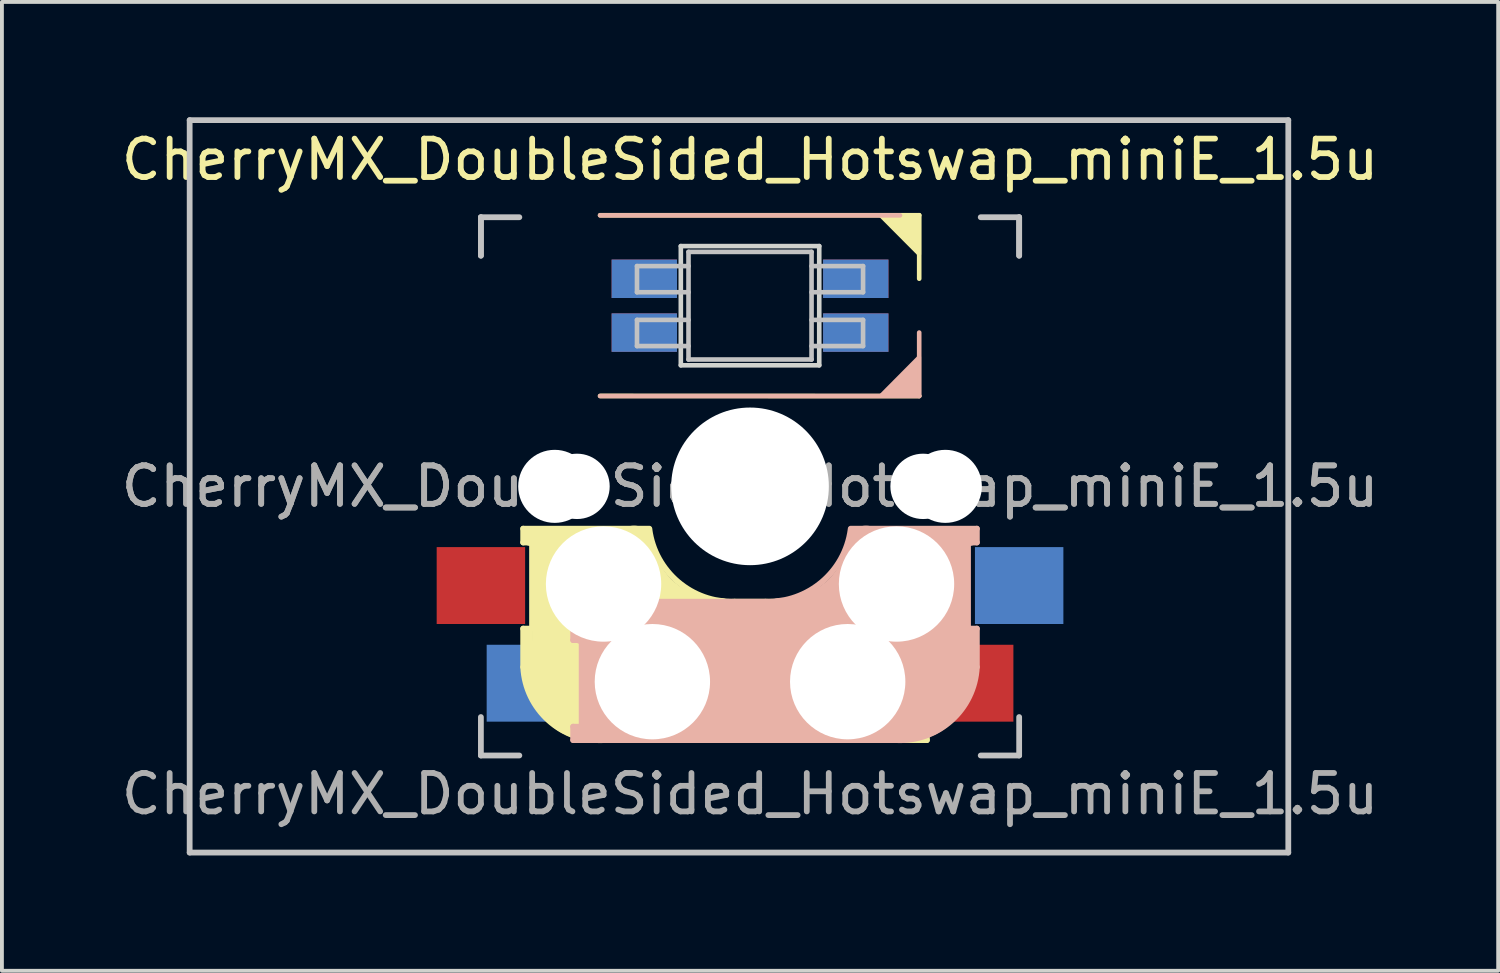
<source format=kicad_pcb>
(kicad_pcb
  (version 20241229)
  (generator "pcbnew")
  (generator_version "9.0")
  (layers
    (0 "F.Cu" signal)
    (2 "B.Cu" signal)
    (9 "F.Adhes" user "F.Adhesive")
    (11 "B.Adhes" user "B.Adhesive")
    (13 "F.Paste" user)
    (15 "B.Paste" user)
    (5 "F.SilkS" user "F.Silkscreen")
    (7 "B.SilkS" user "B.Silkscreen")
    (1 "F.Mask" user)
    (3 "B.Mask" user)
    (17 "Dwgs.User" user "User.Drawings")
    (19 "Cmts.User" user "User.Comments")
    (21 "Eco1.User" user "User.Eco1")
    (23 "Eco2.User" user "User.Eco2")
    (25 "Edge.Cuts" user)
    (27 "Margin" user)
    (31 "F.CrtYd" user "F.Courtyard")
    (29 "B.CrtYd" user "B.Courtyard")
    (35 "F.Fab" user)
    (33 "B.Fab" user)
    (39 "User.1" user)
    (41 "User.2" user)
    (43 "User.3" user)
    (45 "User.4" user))
  (footprint "CherryMX_DoubleSided_Hotswap_miniE_1.5u"
    (layer "F.Cu")
    (at 16.458 9.6)
    (property "Reference" "CherryMX_DoubleSided_Hotswap_miniE_1.5u" (at 0 -8.5 180) (layer "F.SilkS") (effects (font (size 1 1) (thickness 0.15))))
    (attr through_hole)
    (fp_line (start -5.9 1.1) (end -5.9 1.46) (stroke (width 0.15) (type solid)) (layer "F.SilkS"))
    (fp_line (start -5.9 1.1) (end -2.62 1.1) (stroke (width 0.15) (type solid)) (layer "F.SilkS"))
    (fp_line (start -5.9 3.7) (end -5.7 3.7) (stroke (width 0.15) (type solid)) (layer "F.SilkS"))
    (fp_line (start -5.9 4.7) (end -5.9 3.7) (stroke (width 0.15) (type solid)) (layer "F.SilkS"))
    (fp_line (start -5.8 3.8) (end -5.8 4.7) (stroke (width 0.3) (type solid)) (layer "F.SilkS"))
    (fp_line (start -5.7 1.3) (end -3 1.3) (stroke (width 0.5) (type solid)) (layer "F.SilkS"))
    (fp_line (start -5.7 1.46) (end -5.9 1.46) (stroke (width 0.15) (type solid)) (layer "F.SilkS"))
    (fp_line (start -5.67 3.7) (end -5.67 1.46) (stroke (width 0.15) (type solid)) (layer "F.SilkS"))
    (fp_line (start -5.3 1.6) (end -5.3 3.4) (stroke (width 0.8) (type solid)) (layer "F.SilkS"))
    (fp_line (start -4.17 5.1) (end -4.17 2.86) (stroke (width 3) (type solid)) (layer "F.SilkS"))
    (fp_line (start -3.9 -7.052) (end 4.4 -7.052) (stroke (width 0.12) (type solid)) (layer "F.SilkS"))
    (fp_line (start -0.4 3) (end 4.6 3) (stroke (width 0.15) (type solid)) (layer "F.SilkS"))
    (fp_line (start 2.6 4.8) (end -4.1 4.8) (stroke (width 3.5) (type solid)) (layer "F.SilkS"))
    (fp_line (start 3.9 6) (end 3.9 3.5) (stroke (width 1) (type solid)) (layer "F.SilkS"))
    (fp_line (start 4.3 3.3) (end 2.9 3.3) (stroke (width 0.5) (type solid)) (layer "F.SilkS"))
    (fp_line (start 4.38 4) (end 4.38 6.25) (stroke (width 0.15) (type solid)) (layer "F.SilkS"))
    (fp_line (start 4.4 -7.052) (end 4.4 -5.401) (stroke (width 0.12) (type solid)) (layer "F.SilkS"))
    (fp_line (start 4.4 -2.349) (end -3.9 -2.352) (stroke (width 0.12) (type solid)) (layer "F.SilkS"))
    (fp_line (start 4.4 3.9) (end 4.4 3.2) (stroke (width 0.4) (type solid)) (layer "F.SilkS"))
    (fp_line (start 4.4 6.25) (end 4.6 6.25) (stroke (width 0.15) (type solid)) (layer "F.SilkS"))
    (fp_line (start 4.4 6.4) (end 3 6.4) (stroke (width 0.4) (type solid)) (layer "F.SilkS"))
    (fp_line (start 4.6 3) (end 4.6 4) (stroke (width 0.15) (type solid)) (layer "F.SilkS"))
    (fp_line (start 4.6 4) (end 4.4 4) (stroke (width 0.15) (type solid)) (layer "F.SilkS"))
    (fp_line (start 4.6 6.25) (end 4.6 6.6) (stroke (width 0.15) (type solid)) (layer "F.SilkS"))
    (fp_line (start 4.6 6.6) (end -3.8 6.6) (stroke (width 0.15) (type solid)) (layer "F.SilkS"))
    (fp_arc (start -3.8 6.600001) (mid -5.243504 6.084925) (end -5.900001 4.7) (stroke (width 0.15) (type solid)) (layer "F.SilkS"))
    (fp_arc (start -0.8 3.4) (mid -2.268709 2.886118) (end -3.016318 1.521471) (stroke (width 1) (type solid)) (layer "F.SilkS"))
    (fp_arc (start -0.4 3) (mid -1.868709 2.486118) (end -2.616318 1.121471) (stroke (width 0.15) (type solid)) (layer "F.SilkS"))
    (fp_poly (pts (xy 3.392 -7.049) (xy 4.4 -7.052) (xy 4.4 -6.036)) (stroke (width 0.1) (type solid)) (fill yes) (layer "F.SilkS"))
    (fp_line (start -4.6 3) (end -4.6 4) (stroke (width 0.15) (type solid)) (layer "B.SilkS"))
    (fp_line (start -4.6 4) (end -4.4 4) (stroke (width 0.15) (type solid)) (layer "B.SilkS"))
    (fp_line (start -4.6 6.25) (end -4.6 6.6) (stroke (width 0.15) (type solid)) (layer "B.SilkS"))
    (fp_line (start -4.6 6.6) (end 3.8 6.6) (stroke (width 0.15) (type solid)) (layer "B.SilkS"))
    (fp_line (start -4.4 3.9) (end -4.4 3.2) (stroke (width 0.4) (type solid)) (layer "B.SilkS"))
    (fp_line (start -4.4 6.25) (end -4.6 6.25) (stroke (width 0.15) (type solid)) (layer "B.SilkS"))
    (fp_line (start -4.4 6.4) (end -3 6.4) (stroke (width 0.4) (type solid)) (layer "B.SilkS"))
    (fp_line (start -4.38 4) (end -4.38 6.25) (stroke (width 0.15) (type solid)) (layer "B.SilkS"))
    (fp_line (start -4.3 3.3) (end -2.9 3.3) (stroke (width 0.5) (type solid)) (layer "B.SilkS"))
    (fp_line (start -3.9 -2.349) (end 4.4 -2.349) (stroke (width 0.12) (type solid)) (layer "B.SilkS"))
    (fp_line (start -3.9 6) (end -3.9 3.5) (stroke (width 1) (type solid)) (layer "B.SilkS"))
    (fp_line (start -2.6 4.8) (end 4.1 4.8) (stroke (width 3.5) (type solid)) (layer "B.SilkS"))
    (fp_line (start 0.4 3) (end -4.6 3) (stroke (width 0.15) (type solid)) (layer "B.SilkS"))
    (fp_line (start 3.9 -7.049) (end -3.9 -7.049) (stroke (width 0.12) (type solid)) (layer "B.SilkS"))
    (fp_line (start 4.17 5.1) (end 4.17 2.86) (stroke (width 3) (type solid)) (layer "B.SilkS"))
    (fp_line (start 4.4 -2.349) (end 4.4 -4) (stroke (width 0.12) (type solid)) (layer "B.SilkS"))
    (fp_line (start 5.3 1.6) (end 5.3 3.4) (stroke (width 0.8) (type solid)) (layer "B.SilkS"))
    (fp_line (start 5.67 3.7) (end 5.67 1.46) (stroke (width 0.15) (type solid)) (layer "B.SilkS"))
    (fp_line (start 5.7 1.3) (end 3 1.3) (stroke (width 0.5) (type solid)) (layer "B.SilkS"))
    (fp_line (start 5.7 1.46) (end 5.9 1.46) (stroke (width 0.15) (type solid)) (layer "B.SilkS"))
    (fp_line (start 5.8 3.8) (end 5.8 4.7) (stroke (width 0.3) (type solid)) (layer "B.SilkS"))
    (fp_line (start 5.9 1.1) (end 2.62 1.1) (stroke (width 0.15) (type solid)) (layer "B.SilkS"))
    (fp_line (start 5.9 1.1) (end 5.9 1.46) (stroke (width 0.15) (type solid)) (layer "B.SilkS"))
    (fp_line (start 5.9 3.7) (end 5.7 3.7) (stroke (width 0.15) (type solid)) (layer "B.SilkS"))
    (fp_line (start 5.9 4.7) (end 5.9 3.7) (stroke (width 0.15) (type solid)) (layer "B.SilkS"))
    (fp_arc (start 2.616318 1.121471) (mid 1.868709 2.486118) (end 0.4 3) (stroke (width 0.15) (type solid)) (layer "B.SilkS"))
    (fp_arc (start 3.016318 1.521471) (mid 2.268709 2.886118) (end 0.8 3.4) (stroke (width 1) (type solid)) (layer "B.SilkS"))
    (fp_arc (start 5.9 4.699999) (mid 5.243504 6.084924) (end 3.800001 6.6) (stroke (width 0.15) (type solid)) (layer "B.SilkS"))
    (fp_poly (pts (xy 4.4 -3.365) (xy 4.4 -2.349) (xy 3.392 -2.349)) (stroke (width 0.1) (type solid)) (fill yes) (layer "B.SilkS"))
    (fp_line (start -14.575 -9.525) (end 14 -9.525) (stroke (width 0.15) (type solid)) (layer "Dwgs.User"))
    (fp_line (start -14.575 9.525) (end -14.575 -9.525) (stroke (width 0.15) (type solid)) (layer "Dwgs.User"))
    (fp_line (start -7 -7) (end -7 -6) (stroke (width 0.15) (type solid)) (layer "Dwgs.User"))
    (fp_line (start -7 -7) (end -6 -7) (stroke (width 0.15) (type solid)) (layer "Dwgs.User"))
    (fp_line (start -7 -6) (end -7 -7) (stroke (width 0.15) (type solid)) (layer "Dwgs.User"))
    (fp_line (start -7 7) (end -7 6) (stroke (width 0.15) (type solid)) (layer "Dwgs.User"))
    (fp_line (start -7 7) (end -6 7) (stroke (width 0.15) (type solid)) (layer "Dwgs.User"))
    (fp_line (start -2.94 -5.729) (end -2.94 -5.049) (stroke (width 0.12) (type solid)) (layer "Dwgs.User"))
    (fp_line (start -2.94 -5.049) (end -1.6 -5.049) (stroke (width 0.12) (type solid)) (layer "Dwgs.User"))
    (fp_line (start -2.94 -4.329) (end -2.94 -3.649) (stroke (width 0.12) (type solid)) (layer "Dwgs.User"))
    (fp_line (start -2.94 -3.649) (end -1.6 -3.649) (stroke (width 0.12) (type solid)) (layer "Dwgs.User"))
    (fp_line (start -1.6 -5.729) (end -2.94 -5.729) (stroke (width 0.12) (type solid)) (layer "Dwgs.User"))
    (fp_line (start -1.6 -4.329) (end -2.94 -4.329) (stroke (width 0.12) (type solid)) (layer "Dwgs.User"))
    (fp_line (start -1.6 -3.299) (end -1.6 -6.099) (stroke (width 0.12) (type solid)) (layer "Dwgs.User"))
    (fp_line (start 1.6 -6.099) (end -1.6 -6.099) (stroke (width 0.12) (type solid)) (layer "Dwgs.User"))
    (fp_line (start 1.6 -5.049) (end 2.94 -5.049) (stroke (width 0.12) (type solid)) (layer "Dwgs.User"))
    (fp_line (start 1.6 -3.649) (end 2.94 -3.649) (stroke (width 0.12) (type solid)) (layer "Dwgs.User"))
    (fp_line (start 1.6 -3.299) (end -1.6 -3.299) (stroke (width 0.12) (type solid)) (layer "Dwgs.User"))
    (fp_line (start 1.6 -3.299) (end 1.6 -6.099) (stroke (width 0.12) (type solid)) (layer "Dwgs.User"))
    (fp_line (start 2.94 -5.729) (end 1.6 -5.729) (stroke (width 0.12) (type solid)) (layer "Dwgs.User"))
    (fp_line (start 2.94 -5.049) (end 2.94 -5.729) (stroke (width 0.12) (type solid)) (layer "Dwgs.User"))
    (fp_line (start 2.94 -4.329) (end 1.6 -4.329) (stroke (width 0.12) (type solid)) (layer "Dwgs.User"))
    (fp_line (start 2.94 -3.649) (end 2.94 -4.329) (stroke (width 0.12) (type solid)) (layer "Dwgs.User"))
    (fp_line (start 7 -7) (end 6 -7) (stroke (width 0.15) (type solid)) (layer "Dwgs.User"))
    (fp_line (start 7 -6) (end 7 -7) (stroke (width 0.15) (type solid)) (layer "Dwgs.User"))
    (fp_line (start 7 -6) (end 7 -7) (stroke (width 0.15) (type solid)) (layer "Dwgs.User"))
    (fp_line (start 7 6) (end 7 7) (stroke (width 0.15) (type solid)) (layer "Dwgs.User"))
    (fp_line (start 7 7) (end 6 7) (stroke (width 0.15) (type solid)) (layer "Dwgs.User"))
    (fp_line (start 14 -9.525) (end 14 9.525) (stroke (width 0.15) (type solid)) (layer "Dwgs.User"))
    (fp_line (start 14 9.525) (end -14.575 9.525) (stroke (width 0.15) (type solid)) (layer "Dwgs.User"))
    (fp_line (start -1.8 -6.249) (end -1.8 -3.149) (stroke (width 0.12) (type solid)) (layer "Edge.Cuts"))
    (fp_line (start -1.8 -3.149) (end 1.8 -3.149) (stroke (width 0.12) (type solid)) (layer "Edge.Cuts"))
    (fp_line (start 1.8 -6.249) (end -1.8 -6.249) (stroke (width 0.12) (type solid)) (layer "Edge.Cuts"))
    (fp_line (start 1.8 -3.149) (end 1.8 -6.249) (stroke (width 0.12) (type solid)) (layer "Edge.Cuts"))
    (fp_text user "${REFERENCE}" (at 0 8 180) (layer "F.Fab") (effects (font (size 1 1) (thickness 0.15))))
    (fp_text user "${REFERENCE}" (at 0 0 180) (layer "F.Fab") (effects (font (size 1 1) (thickness 0.15))))
    (fp_text user "${REFERENCE}" (at 0 0 180) (layer "F.Fab") (effects (font (size 1 1) (thickness 0.15))))
    (pad "" np_thru_hole circle (at -5.08 0 180) (size 1.9 1.9) (drill 1.9) (layers "*.Cu" "*.Mask"))
    (pad "" np_thru_hole circle (at -4.5 0 180) (size 1.7 1.7) (drill 1.7) (layers "*.Cu" "*.Mask"))
    (pad "" np_thru_hole circle (at -3.81 2.54) (size 3 3) (drill 3) (layers "*.Cu" "*.Mask"))
    (pad "" np_thru_hole circle (at -2.54 5.08) (size 3 3) (drill 3) (layers "*.Cu" "*.Mask"))
    (pad "" np_thru_hole circle (at 0 0 270) (size 4.1 4.1) (drill 4.1) (layers "*.Cu" "*.Mask"))
    (pad "" np_thru_hole circle (at 2.54 5.08) (size 3 3) (drill 3) (layers "*.Cu" "*.Mask"))
    (pad "" np_thru_hole circle (at 3.81 2.54) (size 3 3) (drill 3) (layers "*.Cu" "*.Mask"))
    (pad "" np_thru_hole circle (at 4.5 0 180) (size 1.7 1.7) (drill 1.7) (layers "*.Cu" "*.Mask"))
    (pad "" np_thru_hole circle (at 5.08 0 180) (size 1.9 1.9) (drill 1.9) (layers "*.Cu" "*.Mask"))
    (pad "1" smd rect (at -2.75 -5.399 180) (size 1.7 1) (layers "B.Cu" "B.Mask" "B.Paste"))
    (pad "1" smd rect (at -2.75 -3.999 180) (size 1.7 1) (layers "F.Cu" "F.Mask" "F.Paste"))
    (pad "2" smd rect (at -2.75 -5.399 180) (size 1.7 1) (layers "F.Cu" "F.Mask" "F.Paste"))
    (pad "2" smd rect (at -2.75 -3.999 180) (size 1.7 1) (layers "B.Cu" "B.Mask" "B.Paste"))
    (pad "3" smd rect (at 2.75 -5.399 180) (size 1.7 1) (layers "F.Cu" "F.Mask" "F.Paste"))
    (pad "3" smd rect (at 2.75 -3.999 180) (size 1.7 1) (layers "B.Cu" "B.Mask" "B.Paste"))
    (pad "4" smd rect (at 2.75 -5.399 180) (size 1.7 1) (layers "B.Cu" "B.Mask" "B.Paste"))
    (pad "4" smd rect (at 2.75 -3.999 180) (size 1.7 1) (layers "F.Cu" "F.Mask" "F.Paste"))
    (pad "5" smd rect (at -5.7 5.12) (size 2.3 2) (layers "B.Cu" "B.Mask" "B.Paste"))
    (pad "5" smd rect (at 5.7 5.12) (size 2.3 2) (layers "F.Cu" "F.Mask" "F.Paste"))
    (pad "6" smd rect (at -7 2.58) (size 2.3 2) (layers "F.Cu" "F.Mask" "F.Paste"))
    (pad "6" smd rect (at 7 2.58) (size 2.3 2) (layers "B.Cu" "B.Mask" "B.Paste")))
  (gr_rect
    (start -3 -3)
    (end 35.917 22.2)
    (stroke (width 0.1) (type default))
    (fill no)
    (layer "Edge.Cuts")))
</source>
